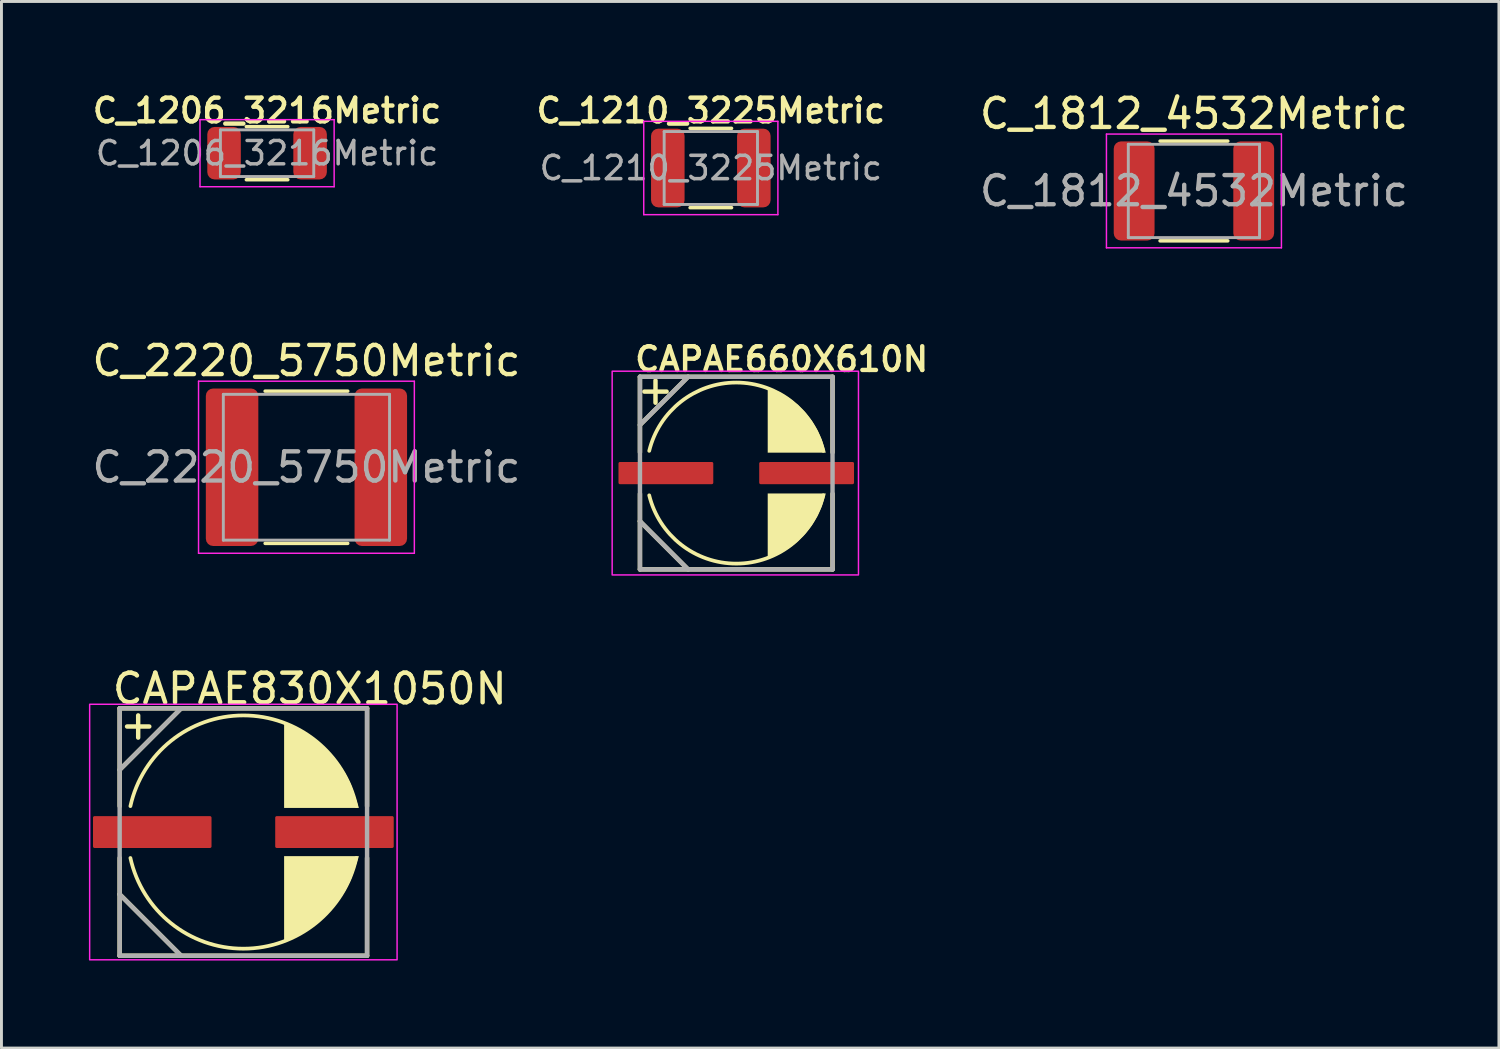
<source format=kicad_pcb>
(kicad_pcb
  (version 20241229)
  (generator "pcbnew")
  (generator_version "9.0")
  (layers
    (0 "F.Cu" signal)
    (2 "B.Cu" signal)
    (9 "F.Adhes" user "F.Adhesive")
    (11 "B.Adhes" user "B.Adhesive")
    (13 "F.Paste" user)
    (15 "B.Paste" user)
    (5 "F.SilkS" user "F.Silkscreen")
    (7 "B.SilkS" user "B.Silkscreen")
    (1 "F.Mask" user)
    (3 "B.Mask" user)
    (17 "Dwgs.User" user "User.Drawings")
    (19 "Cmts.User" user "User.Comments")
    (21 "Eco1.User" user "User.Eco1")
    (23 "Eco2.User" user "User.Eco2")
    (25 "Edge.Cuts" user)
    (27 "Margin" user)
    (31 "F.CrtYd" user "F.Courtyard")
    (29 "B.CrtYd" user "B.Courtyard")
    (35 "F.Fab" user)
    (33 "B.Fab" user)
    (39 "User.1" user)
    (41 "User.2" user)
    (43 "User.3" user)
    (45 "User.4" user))
  (footprint "C_1812_4532Metric"
    (layer "F.Cu")
    (at 37.89 3.498)
    (property "Reference" "C_1812_4532Metric" (at 0 -2.65 0) (layer "F.SilkS") (effects (font (size 1 1) (thickness 0.15))))
    (attr smd)
    (fp_line (start -1.161 -1.71) (end 1.161 -1.71) (stroke (width 0.12) (type solid)) (layer "F.SilkS"))
    (fp_line (start -1.161 1.71) (end 1.161 1.71) (stroke (width 0.12) (type solid)) (layer "F.SilkS"))
    (fp_line (start -3 -1.95) (end 3 -1.95) (stroke (width 0.05) (type solid)) (layer "F.CrtYd"))
    (fp_line (start -3 1.95) (end -3 -1.95) (stroke (width 0.05) (type solid)) (layer "F.CrtYd"))
    (fp_line (start 3 -1.95) (end 3 1.95) (stroke (width 0.05) (type solid)) (layer "F.CrtYd"))
    (fp_line (start 3 1.95) (end -3 1.95) (stroke (width 0.05) (type solid)) (layer "F.CrtYd"))
    (fp_line (start -2.25 -1.6) (end 2.25 -1.6) (stroke (width 0.1) (type solid)) (layer "F.Fab"))
    (fp_line (start -2.25 1.6) (end -2.25 -1.6) (stroke (width 0.1) (type solid)) (layer "F.Fab"))
    (fp_line (start 2.25 -1.6) (end 2.25 1.6) (stroke (width 0.1) (type solid)) (layer "F.Fab"))
    (fp_line (start 2.25 1.6) (end -2.25 1.6) (stroke (width 0.1) (type solid)) (layer "F.Fab"))
    (fp_text user "${REFERENCE}" (at 0 0 0) (layer "F.Fab") (effects (font (size 1 1) (thickness 0.15))))
    (pad "1" smd roundrect (at -2.05 0) (size 1.4 3.4) (layers "F.Cu" "F.Mask" "F.Paste") (roundrect_rratio 0.179))
    (pad "2" smd roundrect (at 2.05 0) (size 1.4 3.4) (layers "F.Cu" "F.Mask" "F.Paste") (roundrect_rratio 0.179)))
  (footprint "C_2220_5750Metric"
    (layer "F.Cu")
    (at 7.458 12.972)
    (property "Reference" "C_2220_5750Metric" (at 0 -3.65 0) (layer "F.SilkS") (effects (font (size 1 1) (thickness 0.15))))
    (attr smd)
    (fp_line (start -1.416 -2.61) (end 1.416 -2.61) (stroke (width 0.12) (type solid)) (layer "F.SilkS"))
    (fp_line (start -1.416 2.61) (end 1.416 2.61) (stroke (width 0.12) (type solid)) (layer "F.SilkS"))
    (fp_line (start -3.7 -2.95) (end 3.7 -2.95) (stroke (width 0.05) (type solid)) (layer "F.CrtYd"))
    (fp_line (start -3.7 2.95) (end -3.7 -2.95) (stroke (width 0.05) (type solid)) (layer "F.CrtYd"))
    (fp_line (start 3.7 -2.95) (end 3.7 2.95) (stroke (width 0.05) (type solid)) (layer "F.CrtYd"))
    (fp_line (start 3.7 2.95) (end -3.7 2.95) (stroke (width 0.05) (type solid)) (layer "F.CrtYd"))
    (fp_line (start -2.85 -2.5) (end 2.85 -2.5) (stroke (width 0.1) (type solid)) (layer "F.Fab"))
    (fp_line (start -2.85 2.5) (end -2.85 -2.5) (stroke (width 0.1) (type solid)) (layer "F.Fab"))
    (fp_line (start 2.85 -2.5) (end 2.85 2.5) (stroke (width 0.1) (type solid)) (layer "F.Fab"))
    (fp_line (start 2.85 2.5) (end -2.85 2.5) (stroke (width 0.1) (type solid)) (layer "F.Fab"))
    (fp_text user "${REFERENCE}" (at 0 0 0) (layer "F.Fab") (effects (font (size 1 1) (thickness 0.15))))
    (pad "1" smd roundrect (at -2.55 0) (size 1.8 5.4) (layers "F.Cu" "F.Mask" "F.Paste") (roundrect_rratio 0.139))
    (pad "2" smd roundrect (at 2.55 0) (size 1.8 5.4) (layers "F.Cu" "F.Mask" "F.Paste") (roundrect_rratio 0.139)))
  (footprint "CAPAE830X1050N"
    (layer "F.Cu")
    (at 5.295 25.481)
    (property "Reference" "CAPAE830X1050N" (at -4.572 -4.318 0) (layer "F.SilkS") (effects (font (size 1.016 1.016) (thickness 0.152)) (justify left bottom)))
    (attr smd)
    (fp_line (start -4.242 -4.242) (end -4.242 -0.889) (stroke (width 0.152) (type solid)) (layer "F.SilkS"))
    (fp_line (start -4.242 -2.134) (end -2.134 -4.242) (stroke (width 0.152) (type solid)) (layer "F.SilkS"))
    (fp_line (start -4.242 0.889) (end -4.242 2.134) (stroke (width 0.152) (type solid)) (layer "F.SilkS"))
    (fp_line (start -4.242 2.134) (end -4.242 4.242) (stroke (width 0.152) (type solid)) (layer "F.SilkS"))
    (fp_line (start -4.242 2.134) (end -2.134 4.242) (stroke (width 0.152) (type solid)) (layer "F.SilkS"))
    (fp_line (start -4.242 4.242) (end 4.242 4.242) (stroke (width 0.152) (type solid)) (layer "F.SilkS"))
    (fp_line (start -3.607 -4) (end -3.607 -3.239) (stroke (width 0.152) (type solid)) (layer "F.SilkS"))
    (fp_line (start -3.226 -3.619) (end -3.988 -3.619) (stroke (width 0.152) (type solid)) (layer "F.SilkS"))
    (fp_line (start 4.242 -4.242) (end -4.242 -4.242) (stroke (width 0.152) (type solid)) (layer "F.SilkS"))
    (fp_line (start 4.242 -0.889) (end 4.242 -4.242) (stroke (width 0.152) (type solid)) (layer "F.SilkS"))
    (fp_line (start 4.242 4.242) (end 4.242 0.889) (stroke (width 0.152) (type solid)) (layer "F.SilkS"))
    (fp_arc (start -3.8735 -0.888998) (mid -0.000001 -3.999018) (end 3.8735 -0.889) (stroke (width 0.127) (type solid)) (layer "F.SilkS"))
    (fp_arc (start 3.8735 0.888998) (mid 0.000001 3.999018) (end -3.8735 0.889) (stroke (width 0.127) (type solid)) (layer "F.SilkS"))
    (fp_poly (pts (xy 1.839 -3.581) (xy 2.176 -3.386) (xy 2.494 -3.16) (xy 2.788 -2.905) (xy 3.057 -2.623) (xy 3.297 -2.316) (xy 3.507 -1.988) (xy 3.685 -1.639) (xy 3.962 -0.826) (xy 1.397 -0.826) (xy 1.397 -3.747) (xy 1.474 -3.747)) (stroke (width 0) (type default)) (fill yes) (layer "F.SilkS"))
    (fp_poly (pts (xy 3.685 1.639) (xy 3.507 1.988) (xy 3.297 2.316) (xy 3.057 2.623) (xy 2.788 2.905) (xy 2.494 3.16) (xy 2.176 3.386) (xy 1.839 3.581) (xy 1.474 3.747) (xy 1.397 3.747) (xy 1.397 0.826) (xy 3.962 0.826)) (stroke (width 0) (type default)) (fill yes) (layer "F.SilkS"))
    (fp_rect (start -5.271 -4.381) (end 5.271 4.381) (stroke (width 0.05) (type default)) (fill no) (layer "F.CrtYd"))
    (fp_line (start -4.242 -4.242) (end -4.242 4.242) (stroke (width 0.152) (type solid)) (layer "F.Fab"))
    (fp_line (start -4.242 -2.134) (end -2.134 -4.242) (stroke (width 0.152) (type solid)) (layer "F.Fab"))
    (fp_line (start -4.242 2.134) (end -2.134 4.242) (stroke (width 0.152) (type solid)) (layer "F.Fab"))
    (fp_line (start -4.242 4.242) (end 4.242 4.242) (stroke (width 0.152) (type solid)) (layer "F.Fab"))
    (fp_line (start 4.242 -4.242) (end -4.242 -4.242) (stroke (width 0.152) (type solid)) (layer "F.Fab"))
    (fp_line (start 4.242 4.242) (end 4.242 -4.242) (stroke (width 0.152) (type solid)) (layer "F.Fab"))
    (pad "+" smd roundrect (at -3.124 0) (size 4.064 1.092) (layers "F.Cu" "F.Mask" "F.Paste") (roundrect_rratio 0.047))
    (pad "-" smd roundrect (at 3.124 0) (size 4.064 1.092) (layers "F.Cu" "F.Mask" "F.Paste") (roundrect_rratio 0.047)))
  (footprint "C_1210_3225Metric"
    (layer "F.Cu")
    (at 21.324 2.711)
    (property "Reference" "C_1210_3225Metric" (at 0 -1.968 0) (layer "F.SilkS") (effects (font (size 0.813 0.813) (thickness 0.152) (bold yes))))
    (attr smd)
    (fp_line (start -0.711 -1.36) (end 0.711 -1.36) (stroke (width 0.12) (type solid)) (layer "F.SilkS"))
    (fp_line (start -0.711 1.36) (end 0.711 1.36) (stroke (width 0.12) (type solid)) (layer "F.SilkS"))
    (fp_line (start -2.3 -1.6) (end 2.3 -1.6) (stroke (width 0.05) (type solid)) (layer "F.CrtYd"))
    (fp_line (start -2.3 1.6) (end -2.3 -1.6) (stroke (width 0.05) (type solid)) (layer "F.CrtYd"))
    (fp_line (start 2.3 -1.6) (end 2.3 1.6) (stroke (width 0.05) (type solid)) (layer "F.CrtYd"))
    (fp_line (start 2.3 1.6) (end -2.3 1.6) (stroke (width 0.05) (type solid)) (layer "F.CrtYd"))
    (fp_line (start -1.6 -1.25) (end 1.6 -1.25) (stroke (width 0.1) (type solid)) (layer "F.Fab"))
    (fp_line (start -1.6 1.25) (end -1.6 -1.25) (stroke (width 0.1) (type solid)) (layer "F.Fab"))
    (fp_line (start 1.6 -1.25) (end 1.6 1.25) (stroke (width 0.1) (type solid)) (layer "F.Fab"))
    (fp_line (start 1.6 1.25) (end -1.6 1.25) (stroke (width 0.1) (type solid)) (layer "F.Fab"))
    (fp_text user "${REFERENCE}" (at 0 0 0) (layer "F.Fab") (effects (font (size 0.8 0.8) (thickness 0.12))))
    (pad "1" smd roundrect (at -1.475 0) (size 1.15 2.7) (layers "F.Cu" "F.Mask" "F.Paste") (roundrect_rratio 0.217))
    (pad "2" smd roundrect (at 1.475 0) (size 1.15 2.7) (layers "F.Cu" "F.Mask" "F.Paste") (roundrect_rratio 0.217)))
  (footprint "C_1206_3216Metric"
    (layer "F.Cu")
    (at 6.108 2.203)
    (property "Reference" "C_1206_3216Metric" (at 0 -1.46 0) (layer "F.SilkS") (effects (font (size 0.813 0.813) (thickness 0.152) (bold yes))))
    (attr smd)
    (fp_line (start -0.711 -0.91) (end 0.711 -0.91) (stroke (width 0.12) (type solid)) (layer "F.SilkS"))
    (fp_line (start -0.711 0.91) (end 0.711 0.91) (stroke (width 0.12) (type solid)) (layer "F.SilkS"))
    (fp_line (start -2.3 -1.15) (end 2.3 -1.15) (stroke (width 0.05) (type solid)) (layer "F.CrtYd"))
    (fp_line (start -2.3 1.15) (end -2.3 -1.15) (stroke (width 0.05) (type solid)) (layer "F.CrtYd"))
    (fp_line (start 2.3 -1.15) (end 2.3 1.15) (stroke (width 0.05) (type solid)) (layer "F.CrtYd"))
    (fp_line (start 2.3 1.15) (end -2.3 1.15) (stroke (width 0.05) (type solid)) (layer "F.CrtYd"))
    (fp_line (start -1.6 -0.8) (end 1.6 -0.8) (stroke (width 0.1) (type solid)) (layer "F.Fab"))
    (fp_line (start -1.6 0.8) (end -1.6 -0.8) (stroke (width 0.1) (type solid)) (layer "F.Fab"))
    (fp_line (start 1.6 -0.8) (end 1.6 0.8) (stroke (width 0.1) (type solid)) (layer "F.Fab"))
    (fp_line (start 1.6 0.8) (end -1.6 0.8) (stroke (width 0.1) (type solid)) (layer "F.Fab"))
    (fp_text user "${REFERENCE}" (at 0 0 0) (layer "F.Fab") (effects (font (size 0.8 0.8) (thickness 0.12))))
    (pad "1" smd roundrect (at -1.475 0) (size 1.15 1.8) (layers "F.Cu" "F.Mask" "F.Paste") (roundrect_rratio 0.217))
    (pad "2" smd roundrect (at 1.475 0) (size 1.15 1.8) (layers "F.Cu" "F.Mask" "F.Paste") (roundrect_rratio 0.217)))
  (footprint "CAPAE660X610N"
    (layer "F.Cu")
    (at 22.196 13.172)
    (property "Reference" "CAPAE660X610N" (at -3.556 -3.429 0) (layer "F.SilkS") (effects (font (size 0.813 0.813) (thickness 0.152) (bold yes)) (justify left bottom)))
    (attr smd)
    (fp_line (start -3.302 -3.302) (end -3.302 -0.711) (stroke (width 0.152) (type solid)) (layer "F.SilkS"))
    (fp_line (start -3.302 -1.651) (end -1.651 -3.302) (stroke (width 0.152) (type solid)) (layer "F.SilkS"))
    (fp_line (start -3.302 0.711) (end -3.302 1.651) (stroke (width 0.152) (type solid)) (layer "F.SilkS"))
    (fp_line (start -3.302 1.651) (end -3.302 3.302) (stroke (width 0.152) (type solid)) (layer "F.SilkS"))
    (fp_line (start -3.302 1.651) (end -1.651 3.302) (stroke (width 0.152) (type solid)) (layer "F.SilkS"))
    (fp_line (start -3.302 3.302) (end 3.302 3.302) (stroke (width 0.152) (type solid)) (layer "F.SilkS"))
    (fp_line (start -2.769 -3.175) (end -2.769 -2.413) (stroke (width 0.152) (type solid)) (layer "F.SilkS"))
    (fp_line (start -2.388 -2.794) (end -3.15 -2.794) (stroke (width 0.152) (type solid)) (layer "F.SilkS"))
    (fp_line (start 3.302 -3.302) (end -3.302 -3.302) (stroke (width 0.152) (type solid)) (layer "F.SilkS"))
    (fp_line (start 3.302 -0.711) (end 3.302 -3.302) (stroke (width 0.152) (type solid)) (layer "F.SilkS"))
    (fp_line (start 3.302 3.302) (end 3.302 0.711) (stroke (width 0.152) (type solid)) (layer "F.SilkS"))
    (fp_arc (start -2.9845 -0.761998) (mid -0.000001 -3.104349) (end 2.9845 -0.762) (stroke (width 0.127) (type solid)) (layer "F.SilkS"))
    (fp_arc (start 2.9845 0.761998) (mid 0.000001 3.104349) (end -2.9845 0.762) (stroke (width 0.127) (type solid)) (layer "F.SilkS"))
    (fp_poly (pts (xy 1.502 -2.763) (xy 1.818 -2.569) (xy 2.108 -2.34) (xy 2.368 -2.077) (xy 2.595 -1.785) (xy 2.785 -1.468) (xy 2.937 -1.13) (xy 3.071 -0.699) (xy 1.079 -0.699) (xy 1.079 -2.857) (xy 1.143 -2.857) (xy 1.169 -2.915)) (stroke (width 0) (type default)) (fill yes) (layer "F.SilkS"))
    (fp_poly (pts (xy 2.937 1.13) (xy 2.785 1.468) (xy 2.595 1.785) (xy 2.368 2.077) (xy 2.108 2.34) (xy 1.818 2.569) (xy 1.502 2.763) (xy 1.169 2.915) (xy 1.143 2.857) (xy 1.079 2.857) (xy 1.079 0.699) (xy 3.071 0.699)) (stroke (width 0) (type default)) (fill yes) (layer "F.SilkS"))
    (fp_rect (start -4.255 -3.493) (end 4.191 3.493) (stroke (width 0.05) (type default)) (fill no) (layer "F.CrtYd"))
    (fp_line (start -3.302 -3.302) (end -3.302 3.302) (stroke (width 0.152) (type solid)) (layer "F.Fab"))
    (fp_line (start -3.302 -1.651) (end -1.651 -3.302) (stroke (width 0.152) (type solid)) (layer "F.Fab"))
    (fp_line (start -3.302 1.651) (end -1.651 3.302) (stroke (width 0.152) (type solid)) (layer "F.Fab"))
    (fp_line (start -3.302 3.302) (end 3.302 3.302) (stroke (width 0.152) (type solid)) (layer "F.Fab"))
    (fp_line (start 3.302 -3.302) (end -3.302 -3.302) (stroke (width 0.152) (type solid)) (layer "F.Fab"))
    (fp_line (start 3.302 3.302) (end 3.302 -3.302) (stroke (width 0.152) (type solid)) (layer "F.Fab"))
    (pad "+" smd roundrect (at -2.413 0) (size 3.251 0.762) (layers "F.Cu" "F.Mask" "F.Paste") (roundrect_rratio 0.067))
    (pad "-" smd roundrect (at 2.413 0) (size 3.251 0.762) (layers "F.Cu" "F.Mask" "F.Paste") (roundrect_rratio 0.067)))
  (gr_rect
    (start -3 -3)
    (end 48.348 32.887)
    (stroke (width 0.1) (type default))
    (fill no)
    (layer "Edge.Cuts")))
</source>
